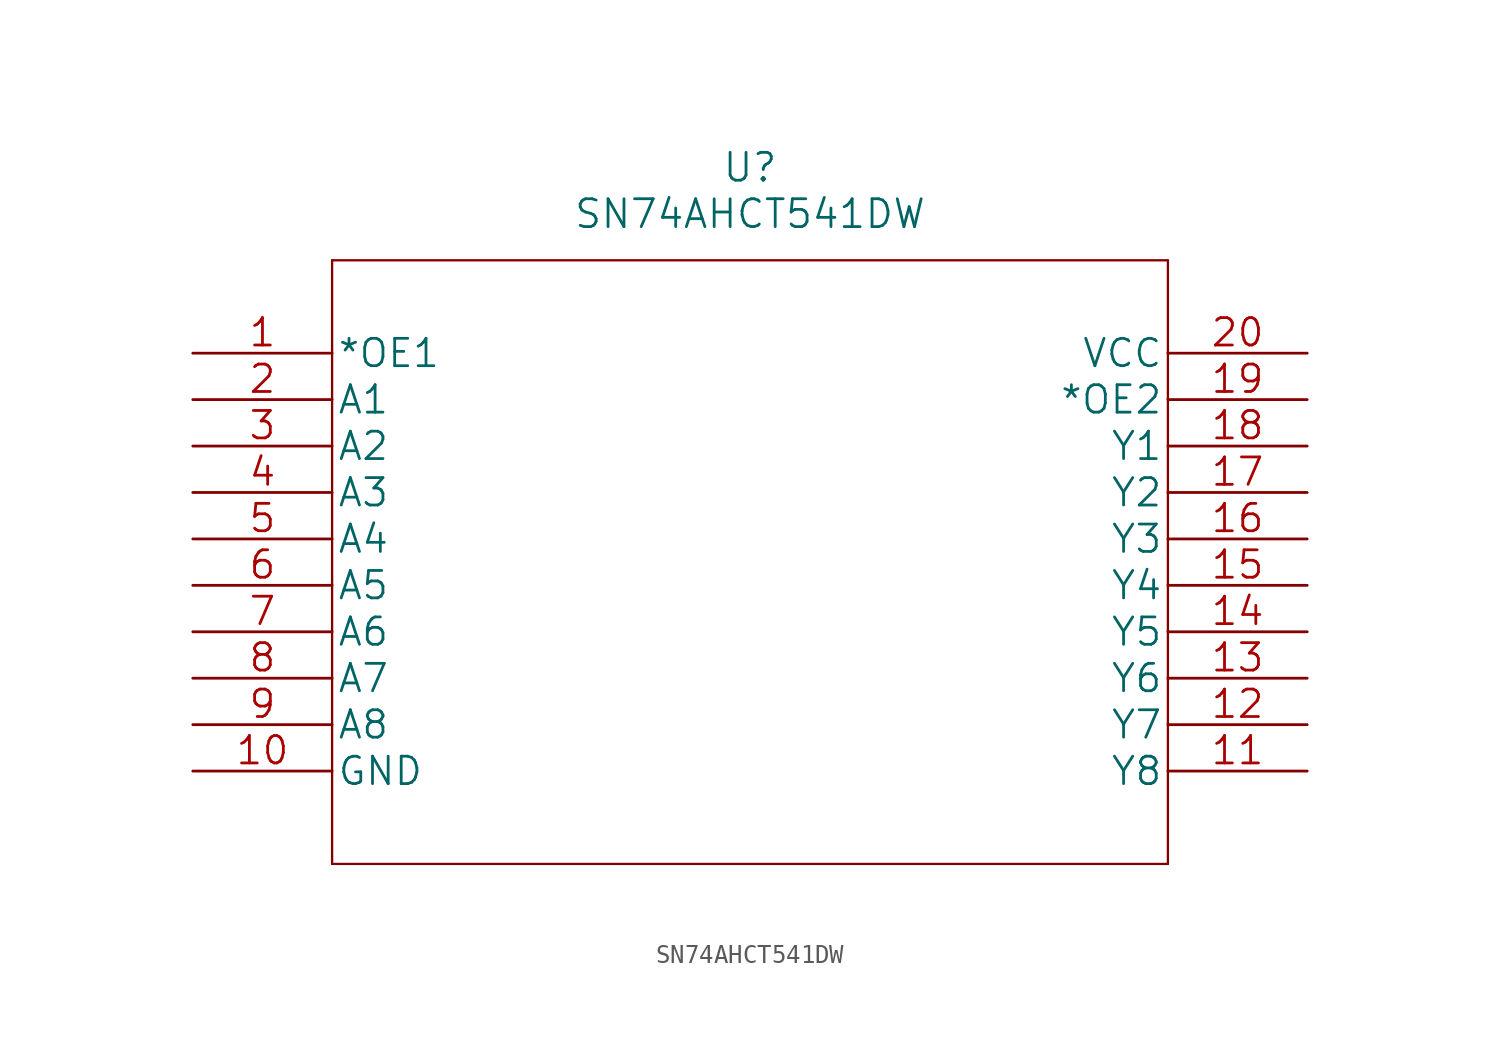
<source format=kicad_sym>
(kicad_symbol_lib
  (version 20201005)
  (generator kicad_symbol_editor)
  (symbol "SN74AHCT541DW"
    (pin_names
      (offset 0.254))
    (property "Reference" "U"
      (at 30.48 10.16 0)
      (effects (font (size 1.524 1.524))))
    (property "Value" "SN74AHCT541DW"
      (at 30.48 7.62 0)
      (effects (font (size 1.524 1.524))))
    (property "Datasheet" ""
      (at 0 0 0)
      (effects (font (size 1.524 1.524))))
    (property "ki_locked" ""
      (at 0 0 0)
      (effects (font (size 1.27 1.27))))
    (symbol "SN74AHCT541DW_1_1"
      (polyline (pts (xy 7.62 -27.94) (xy 53.34 -27.94)) (stroke (width 0.127)) (fill (type none)))
      (polyline (pts (xy 7.62 5.08) (xy 7.62 -27.94)) (stroke (width 0.127)) (fill (type none)))
      (polyline (pts (xy 53.34 -27.94) (xy 53.34 5.08)) (stroke (width 0.127)) (fill (type none)))
      (polyline (pts (xy 53.34 5.08) (xy 7.62 5.08)) (stroke (width 0.127)) (fill (type none)))
      (pin input line (at 0 0 0) (length 7.62) (name "*OE1" (effects (font (size 1.499 1.499)))) (number "1" (effects (font (size 1.499 1.499)))))
      (pin power_in line (at 0 -22.86 0) (length 7.62) (name "GND" (effects (font (size 1.499 1.499)))) (number "10" (effects (font (size 1.499 1.499)))))
      (pin output line (at 60.96 -22.86 180) (length 7.62) (name "Y8" (effects (font (size 1.499 1.499)))) (number "11" (effects (font (size 1.499 1.499)))))
      (pin output line (at 60.96 -20.32 180) (length 7.62) (name "Y7" (effects (font (size 1.499 1.499)))) (number "12" (effects (font (size 1.499 1.499)))))
      (pin output line (at 60.96 -17.78 180) (length 7.62) (name "Y6" (effects (font (size 1.499 1.499)))) (number "13" (effects (font (size 1.499 1.499)))))
      (pin output line (at 60.96 -15.24 180) (length 7.62) (name "Y5" (effects (font (size 1.499 1.499)))) (number "14" (effects (font (size 1.499 1.499)))))
      (pin output line (at 60.96 -12.7 180) (length 7.62) (name "Y4" (effects (font (size 1.499 1.499)))) (number "15" (effects (font (size 1.499 1.499)))))
      (pin output line (at 60.96 -10.16 180) (length 7.62) (name "Y3" (effects (font (size 1.499 1.499)))) (number "16" (effects (font (size 1.499 1.499)))))
      (pin output line (at 60.96 -7.62 180) (length 7.62) (name "Y2" (effects (font (size 1.499 1.499)))) (number "17" (effects (font (size 1.499 1.499)))))
      (pin output line (at 60.96 -5.08 180) (length 7.62) (name "Y1" (effects (font (size 1.499 1.499)))) (number "18" (effects (font (size 1.499 1.499)))))
      (pin input line (at 60.96 -2.54 180) (length 7.62) (name "*OE2" (effects (font (size 1.499 1.499)))) (number "19" (effects (font (size 1.499 1.499)))))
      (pin input line (at 0 -2.54 0) (length 7.62) (name "A1" (effects (font (size 1.499 1.499)))) (number "2" (effects (font (size 1.499 1.499)))))
      (pin power_in line (at 60.96 0 180) (length 7.62) (name "VCC" (effects (font (size 1.499 1.499)))) (number "20" (effects (font (size 1.499 1.499)))))
      (pin input line (at 0 -5.08 0) (length 7.62) (name "A2" (effects (font (size 1.499 1.499)))) (number "3" (effects (font (size 1.499 1.499)))))
      (pin input line (at 0 -7.62 0) (length 7.62) (name "A3" (effects (font (size 1.499 1.499)))) (number "4" (effects (font (size 1.499 1.499)))))
      (pin input line (at 0 -10.16 0) (length 7.62) (name "A4" (effects (font (size 1.499 1.499)))) (number "5" (effects (font (size 1.499 1.499)))))
      (pin input line (at 0 -12.7 0) (length 7.62) (name "A5" (effects (font (size 1.499 1.499)))) (number "6" (effects (font (size 1.499 1.499)))))
      (pin input line (at 0 -15.24 0) (length 7.62) (name "A6" (effects (font (size 1.499 1.499)))) (number "7" (effects (font (size 1.499 1.499)))))
      (pin input line (at 0 -17.78 0) (length 7.62) (name "A7" (effects (font (size 1.499 1.499)))) (number "8" (effects (font (size 1.499 1.499)))))
      (pin input line (at 0 -20.32 0) (length 7.62) (name "A8" (effects (font (size 1.499 1.499)))) (number "9" (effects (font (size 1.499 1.499))))))))
</source>
